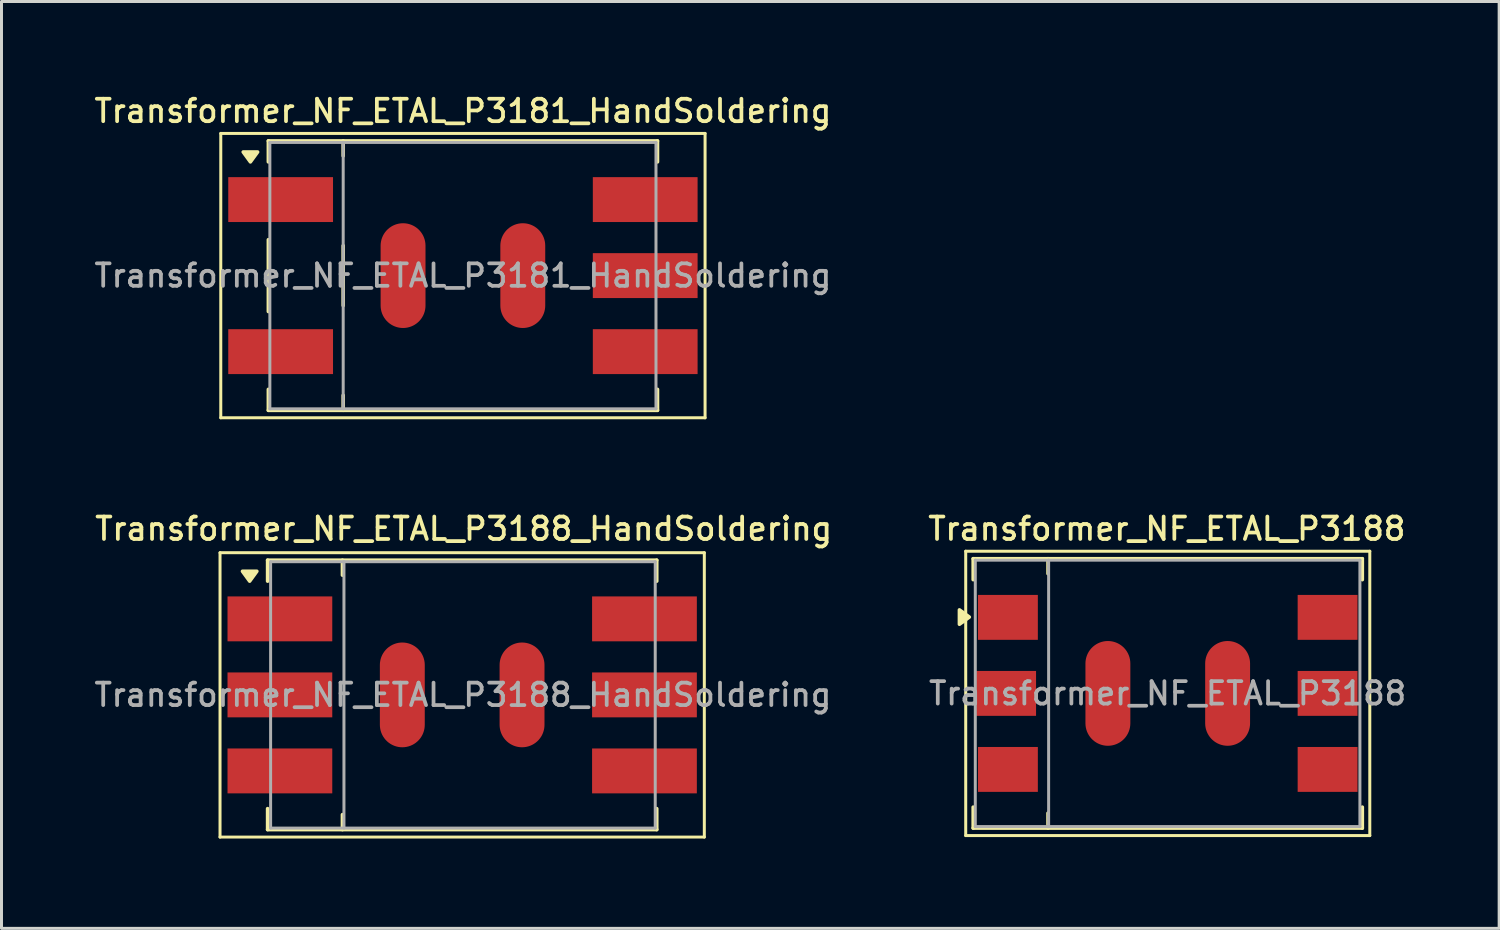
<source format=kicad_pcb>
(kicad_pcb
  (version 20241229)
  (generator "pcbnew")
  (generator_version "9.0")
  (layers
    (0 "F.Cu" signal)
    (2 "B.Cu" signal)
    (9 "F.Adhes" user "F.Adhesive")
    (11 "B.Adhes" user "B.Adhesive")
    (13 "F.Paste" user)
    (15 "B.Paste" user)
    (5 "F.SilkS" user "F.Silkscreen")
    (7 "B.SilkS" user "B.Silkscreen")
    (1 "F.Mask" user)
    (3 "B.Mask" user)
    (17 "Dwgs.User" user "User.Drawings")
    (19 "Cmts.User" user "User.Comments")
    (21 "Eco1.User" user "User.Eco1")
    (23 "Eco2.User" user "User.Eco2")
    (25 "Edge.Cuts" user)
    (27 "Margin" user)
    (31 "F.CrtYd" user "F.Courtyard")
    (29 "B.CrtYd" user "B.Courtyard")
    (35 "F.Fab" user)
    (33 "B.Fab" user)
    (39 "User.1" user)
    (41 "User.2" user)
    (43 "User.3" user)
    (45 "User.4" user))
  (footprint "Transformer_NF_ETAL_P3181_HandSoldering"
    (layer "F.Cu")
    (at 12.416 6.158)
    (property "Reference" "Transformer_NF_ETAL_P3181_HandSoldering" (at 0 -5.5 0) (layer "F.SilkS") (effects (font (size 0.75 0.75) (thickness 0.125))))
    (attr smd)
    (fp_line (start -8.09 -4.75) (end -8.09 4.75) (stroke (width 0.1) (type solid)) (layer "F.SilkS"))
    (fp_line (start -8.09 -4.75) (end 8.09 -4.75) (stroke (width 0.1) (type solid)) (layer "F.SilkS"))
    (fp_line (start -6.5 -4.5) (end -6.5 -3.8) (stroke (width 0.12) (type solid)) (layer "F.SilkS"))
    (fp_line (start -6.5 -1.2) (end -6.5 1.2) (stroke (width 0.12) (type solid)) (layer "F.SilkS"))
    (fp_line (start -6.5 3.8) (end -6.5 4.5) (stroke (width 0.12) (type solid)) (layer "F.SilkS"))
    (fp_line (start -6.5 4.5) (end 6.5 4.5) (stroke (width 0.12) (type solid)) (layer "F.SilkS"))
    (fp_line (start -4 -4.5) (end -4 -4) (stroke (width 0.12) (type solid)) (layer "F.SilkS"))
    (fp_line (start -4 -1) (end -4 1) (stroke (width 0.12) (type solid)) (layer "F.SilkS"))
    (fp_line (start -4 4.5) (end -4 4) (stroke (width 0.12) (type solid)) (layer "F.SilkS"))
    (fp_line (start 6.5 -4.5) (end -6.5 -4.5) (stroke (width 0.12) (type solid)) (layer "F.SilkS"))
    (fp_line (start 6.5 -4.5) (end 6.5 -3.8) (stroke (width 0.12) (type solid)) (layer "F.SilkS"))
    (fp_line (start 6.5 3.8) (end 6.5 4.5) (stroke (width 0.12) (type solid)) (layer "F.SilkS"))
    (fp_line (start 8.09 4.75) (end -8.09 4.75) (stroke (width 0.1) (type solid)) (layer "F.SilkS"))
    (fp_line (start 8.09 4.75) (end 8.09 -4.75) (stroke (width 0.1) (type solid)) (layer "F.SilkS"))
    (fp_poly (pts (xy -7.1 -3.8) (xy -7.34 -4.13) (xy -6.86 -4.13) (xy -7.1 -3.8)) (stroke (width 0.12) (type solid)) (fill yes) (layer "F.SilkS"))
    (fp_line (start -6.45 -4.45) (end -6.45 4.45) (stroke (width 0.1) (type solid)) (layer "F.Fab"))
    (fp_line (start -6.45 4.45) (end 6.45 4.45) (stroke (width 0.1) (type solid)) (layer "F.Fab"))
    (fp_line (start -4 -4.45) (end -4 4.45) (stroke (width 0.1) (type solid)) (layer "F.Fab"))
    (fp_line (start 6.45 -4.45) (end -6.45 -4.45) (stroke (width 0.1) (type solid)) (layer "F.Fab"))
    (fp_line (start 6.45 4.45) (end 6.45 -4.45) (stroke (width 0.1) (type solid)) (layer "F.Fab"))
    (fp_text user "${REFERENCE}" (at 0 0 0) (layer "F.Fab") (effects (font (size 0.75 0.75) (thickness 0.125))))
    (pad "1" smd rect (at -6.09 -2.54) (size 3.5 1.5) (layers "F.Cu" "F.Mask" "F.Paste"))
    (pad "2" smd rect (at -6.09 2.54) (size 3.5 1.5) (layers "F.Cu" "F.Mask" "F.Paste"))
    (pad "3" smd rect (at 6.09 2.54) (size 3.5 1.5) (layers "F.Cu" "F.Mask" "F.Paste"))
    (pad "4" smd rect (at 6.09 0) (size 3.5 1.5) (layers "F.Cu" "F.Mask" "F.Paste"))
    (pad "5" smd rect (at 6.09 -2.54) (size 3.5 1.5) (layers "F.Cu" "F.Mask" "F.Paste"))
    (pad "7" smd oval (at -2 0 90) (size 3.5 1.5) (layers "F.Cu" "F.Mask" "F.Paste"))
    (pad "7" smd oval (at 2 0 90) (size 3.5 1.5) (layers "F.Cu" "F.Mask" "F.Paste")))
  (footprint "Transformer_NF_ETAL_P3188_HandSoldering"
    (layer "F.Cu")
    (at 12.391 20.166)
    (property "Reference" "Transformer_NF_ETAL_P3188_HandSoldering" (at 0.05 -5.55 0) (layer "F.SilkS") (effects (font (size 0.75 0.75) (thickness 0.125))))
    (attr smd)
    (fp_line (start -8.09 -4.75) (end -8.09 4.75) (stroke (width 0.1) (type solid)) (layer "F.SilkS"))
    (fp_line (start -8.09 -4.75) (end 8.09 -4.75) (stroke (width 0.1) (type solid)) (layer "F.SilkS"))
    (fp_line (start -6.5 -4.5) (end -6.5 -3.8) (stroke (width 0.12) (type solid)) (layer "F.SilkS"))
    (fp_line (start -6.5 3.8) (end -6.5 4.5) (stroke (width 0.12) (type solid)) (layer "F.SilkS"))
    (fp_line (start -6.5 4.5) (end 6.5 4.5) (stroke (width 0.12) (type solid)) (layer "F.SilkS"))
    (fp_line (start -4 -4.5) (end -4 -4) (stroke (width 0.12) (type solid)) (layer "F.SilkS"))
    (fp_line (start -4 4.5) (end -4 4) (stroke (width 0.12) (type solid)) (layer "F.SilkS"))
    (fp_line (start 6.5 -4.5) (end -6.5 -4.5) (stroke (width 0.12) (type solid)) (layer "F.SilkS"))
    (fp_line (start 6.5 -4.5) (end 6.5 -3.8) (stroke (width 0.12) (type solid)) (layer "F.SilkS"))
    (fp_line (start 6.5 3.8) (end 6.5 4.5) (stroke (width 0.12) (type solid)) (layer "F.SilkS"))
    (fp_line (start 8.09 4.75) (end -8.09 4.75) (stroke (width 0.1) (type solid)) (layer "F.SilkS"))
    (fp_line (start 8.09 4.75) (end 8.09 -4.75) (stroke (width 0.1) (type solid)) (layer "F.SilkS"))
    (fp_poly (pts (xy -7.1 -3.8) (xy -7.34 -4.13) (xy -6.86 -4.13) (xy -7.1 -3.8)) (stroke (width 0.12) (type solid)) (fill yes) (layer "F.SilkS"))
    (fp_line (start -6.4 -4.45) (end 6.45 -4.45) (stroke (width 0.1) (type solid)) (layer "F.Fab"))
    (fp_line (start -6.4 4.45) (end -6.4 -4.45) (stroke (width 0.1) (type solid)) (layer "F.Fab"))
    (fp_line (start -3.95 -4.45) (end -3.95 4.45) (stroke (width 0.1) (type solid)) (layer "F.Fab"))
    (fp_line (start 6.45 -4.45) (end 6.45 4.45) (stroke (width 0.1) (type solid)) (layer "F.Fab"))
    (fp_line (start 6.45 4.45) (end -6.4 4.45) (stroke (width 0.1) (type solid)) (layer "F.Fab"))
    (fp_text user "${REFERENCE}" (at 0.025 0 0) (layer "F.Fab") (effects (font (size 0.75 0.75) (thickness 0.125))))
    (pad "1" smd rect (at -6.09 -2.54) (size 3.5 1.5) (layers "F.Cu" "F.Mask" "F.Paste"))
    (pad "2" smd rect (at -6.09 0) (size 3.5 1.5) (layers "F.Cu" "F.Mask" "F.Paste"))
    (pad "2" smd rect (at -6.09 2.54) (size 3.5 1.5) (layers "F.Cu" "F.Mask" "F.Paste"))
    (pad "3" smd rect (at 6.09 2.54) (size 3.5 1.5) (layers "F.Cu" "F.Mask" "F.Paste"))
    (pad "4" smd rect (at 6.09 0) (size 3.5 1.5) (layers "F.Cu" "F.Mask" "F.Paste"))
    (pad "5" smd rect (at 6.09 -2.54) (size 3.5 1.5) (layers "F.Cu" "F.Mask" "F.Paste"))
    (pad "7" smd oval (at -2 0 90) (size 3.5 1.5) (layers "F.Cu" "F.Mask" "F.Paste"))
    (pad "7" smd oval (at 2 0 90) (size 3.5 1.5) (layers "F.Cu" "F.Mask" "F.Paste")))
  (footprint "Transformer_NF_ETAL_P3188"
    (layer "F.Cu")
    (at 35.934 20.116)
    (property "Reference" "Transformer_NF_ETAL_P3188" (at 0 -5.5 0) (layer "F.SilkS") (effects (font (size 0.75 0.75) (thickness 0.125))))
    (attr smd)
    (fp_line (start -6.72 -4.75) (end -6.72 4.75) (stroke (width 0.1) (type solid)) (layer "F.SilkS"))
    (fp_line (start -6.72 -4.75) (end 6.78 -4.75) (stroke (width 0.1) (type solid)) (layer "F.SilkS"))
    (fp_line (start -6.47 -4.5) (end -6.47 -3.8) (stroke (width 0.12) (type solid)) (layer "F.SilkS"))
    (fp_line (start -6.47 3.8) (end -6.47 4.5) (stroke (width 0.12) (type solid)) (layer "F.SilkS"))
    (fp_line (start -6.47 4.5) (end 6.53 4.5) (stroke (width 0.12) (type solid)) (layer "F.SilkS"))
    (fp_line (start -3.97 -4.5) (end -3.97 -4) (stroke (width 0.12) (type solid)) (layer "F.SilkS"))
    (fp_line (start -3.97 4.5) (end -3.97 4) (stroke (width 0.12) (type solid)) (layer "F.SilkS"))
    (fp_line (start 6.53 -4.5) (end -6.47 -4.5) (stroke (width 0.12) (type solid)) (layer "F.SilkS"))
    (fp_line (start 6.53 -4.5) (end 6.53 -3.8) (stroke (width 0.12) (type solid)) (layer "F.SilkS"))
    (fp_line (start 6.53 3.8) (end 6.53 4.5) (stroke (width 0.12) (type solid)) (layer "F.SilkS"))
    (fp_line (start 6.78 4.75) (end -6.72 4.75) (stroke (width 0.1) (type solid)) (layer "F.SilkS"))
    (fp_line (start 6.78 4.75) (end 6.78 -4.75) (stroke (width 0.1) (type solid)) (layer "F.SilkS"))
    (fp_poly (pts (xy -6.6 -2.55) (xy -6.93 -2.31) (xy -6.93 -2.79) (xy -6.6 -2.55)) (stroke (width 0.12) (type solid)) (fill yes) (layer "F.SilkS"))
    (fp_line (start -6.4 -4.45) (end 6.45 -4.45) (stroke (width 0.1) (type solid)) (layer "F.Fab"))
    (fp_line (start -6.4 4.45) (end -6.4 -4.45) (stroke (width 0.1) (type solid)) (layer "F.Fab"))
    (fp_line (start -3.95 -4.45) (end -3.95 4.45) (stroke (width 0.1) (type solid)) (layer "F.Fab"))
    (fp_line (start 6.45 -4.45) (end 6.45 4.45) (stroke (width 0.1) (type solid)) (layer "F.Fab"))
    (fp_line (start 6.45 4.45) (end -6.4 4.45) (stroke (width 0.1) (type solid)) (layer "F.Fab"))
    (fp_text user "${REFERENCE}" (at 0.025 0 0) (layer "F.Fab") (effects (font (size 0.75 0.75) (thickness 0.125))))
    (pad "1" smd rect (at -5.31 -2.54) (size 2 1.5) (layers "F.Cu" "F.Mask" "F.Paste"))
    (pad "2" smd rect (at -5.37 0) (size 2 1.5) (layers "F.Cu" "F.Mask" "F.Paste"))
    (pad "2" smd rect (at -5.31 2.54) (size 2 1.5) (layers "F.Cu" "F.Mask" "F.Paste"))
    (pad "3" smd rect (at 5.37 2.54) (size 2 1.5) (layers "F.Cu" "F.Mask" "F.Paste"))
    (pad "4" smd rect (at 5.37 0) (size 2 1.5) (layers "F.Cu" "F.Mask" "F.Paste"))
    (pad "5" smd rect (at 5.37 -2.54) (size 2 1.5) (layers "F.Cu" "F.Mask" "F.Paste"))
    (pad "7" smd oval (at -1.97 0 90) (size 3.5 1.5) (layers "F.Cu" "F.Mask" "F.Paste"))
    (pad "7" smd oval (at 2.03 0 90) (size 3.5 1.5) (layers "F.Cu" "F.Mask" "F.Paste")))
  (gr_rect
    (start -3 -3)
    (end 47.036 27.966)
    (stroke (width 0.1) (type default))
    (fill no)
    (layer "Edge.Cuts")))
</source>
